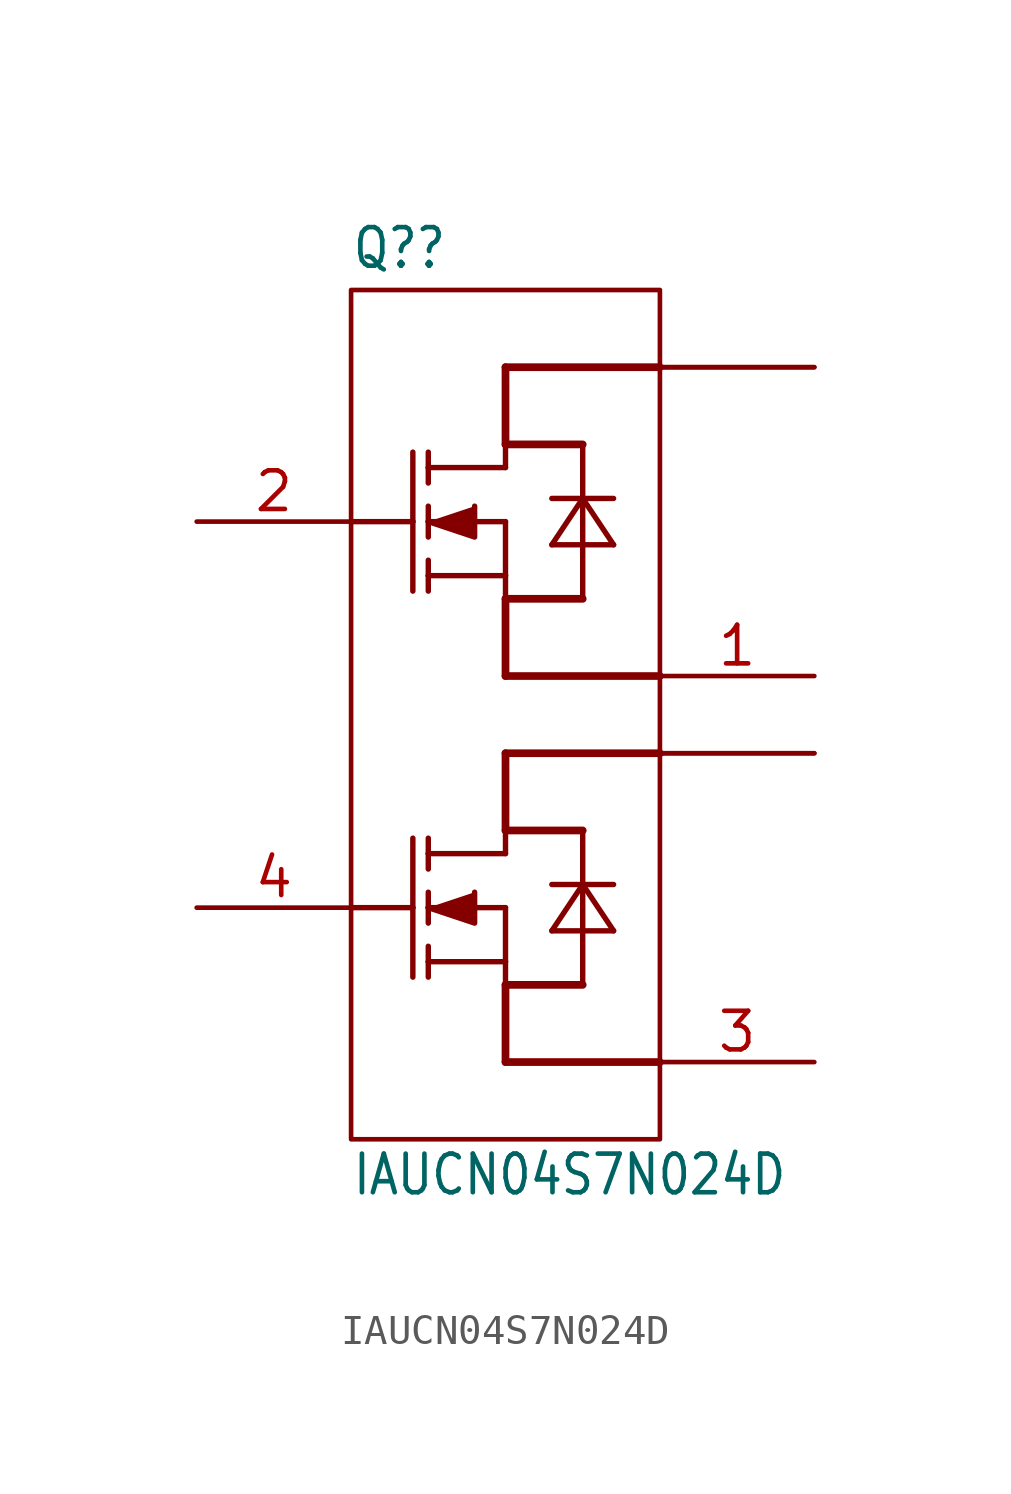
<source format=kicad_sym>
(kicad_symbol_lib
  (version 20231120)
  (generator "kicad_symbol_editor")
  (generator_version "8.0")
  (symbol "IAUCN04S7N024D"
    (property "Reference" "Q?"
      (at 0 0.635 0)
      (effects (font (size 1.27 1.079)) (justify left bottom)))
    (property "Value" "IAUCN04S7N024D "
      (at 0 -29.845 0)
      (effects (font (size 1.27 1.079)) (justify left bottom)))
    (symbol "IAUCN04S7N024D_0_1"
      (rectangle (start 0 0) (end 10.16 -27.94) (stroke (width 0) (type default)) (fill (type none))))
    (symbol "IAUCN04S7N024D_1_0"
      (polyline (pts (xy 2.032 -20.32) (xy 0 -20.32)) (stroke (width 0.178) (type solid)) (fill (type none)))
      (polyline (pts (xy 2.032 -20.32) (xy 2.032 -22.606)) (stroke (width 0.178) (type solid)) (fill (type none)))
      (polyline (pts (xy 2.032 -18.034) (xy 2.032 -20.32)) (stroke (width 0.178) (type solid)) (fill (type none)))
      (polyline (pts (xy 2.032 -7.62) (xy 0 -7.62)) (stroke (width 0.178) (type solid)) (fill (type none)))
      (polyline (pts (xy 2.032 -7.62) (xy 2.032 -9.906)) (stroke (width 0.178) (type solid)) (fill (type none)))
      (polyline (pts (xy 2.032 -5.334) (xy 2.032 -7.62)) (stroke (width 0.178) (type solid)) (fill (type none)))
      (polyline (pts (xy 2.54 -22.098) (xy 2.54 -22.606)) (stroke (width 0.178) (type solid)) (fill (type none)))
      (polyline (pts (xy 2.54 -22.098) (xy 5.08 -22.098)) (stroke (width 0.178) (type solid)) (fill (type none)))
      (polyline (pts (xy 2.54 -21.59) (xy 2.54 -22.098)) (stroke (width 0.178) (type solid)) (fill (type none)))
      (polyline (pts (xy 2.54 -20.32) (xy 2.54 -20.828)) (stroke (width 0.178) (type solid)) (fill (type none)))
      (polyline (pts (xy 2.54 -20.32) (xy 5.08 -20.32)) (stroke (width 0.178) (type solid)) (fill (type none)))
      (polyline (pts (xy 2.54 -19.812) (xy 2.54 -20.32)) (stroke (width 0.178) (type solid)) (fill (type none)))
      (polyline (pts (xy 2.54 -18.542) (xy 2.54 -19.05)) (stroke (width 0.178) (type solid)) (fill (type none)))
      (polyline (pts (xy 2.54 -18.542) (xy 5.08 -18.542)) (stroke (width 0.178) (type solid)) (fill (type none)))
      (polyline (pts (xy 2.54 -18.034) (xy 2.54 -18.542)) (stroke (width 0.178) (type solid)) (fill (type none)))
      (polyline (pts (xy 2.54 -9.398) (xy 2.54 -9.906)) (stroke (width 0.178) (type solid)) (fill (type none)))
      (polyline (pts (xy 2.54 -9.398) (xy 5.08 -9.398)) (stroke (width 0.178) (type solid)) (fill (type none)))
      (polyline (pts (xy 2.54 -8.89) (xy 2.54 -9.398)) (stroke (width 0.178) (type solid)) (fill (type none)))
      (polyline (pts (xy 2.54 -7.62) (xy 2.54 -8.128)) (stroke (width 0.178) (type solid)) (fill (type none)))
      (polyline (pts (xy 2.54 -7.62) (xy 5.08 -7.62)) (stroke (width 0.178) (type solid)) (fill (type none)))
      (polyline (pts (xy 2.54 -7.112) (xy 2.54 -7.62)) (stroke (width 0.178) (type solid)) (fill (type none)))
      (polyline (pts (xy 2.54 -5.842) (xy 2.54 -6.35)) (stroke (width 0.178) (type solid)) (fill (type none)))
      (polyline (pts (xy 2.54 -5.842) (xy 5.08 -5.842)) (stroke (width 0.178) (type solid)) (fill (type none)))
      (polyline (pts (xy 2.54 -5.334) (xy 2.54 -5.842)) (stroke (width 0.178) (type solid)) (fill (type none)))
      (polyline (pts (xy 5.08 -25.4) (xy 10.16 -25.4)) (stroke (width 0.254) (type solid)) (fill (type none)))
      (polyline (pts (xy 5.08 -22.86) (xy 5.08 -25.4)) (stroke (width 0.254) (type solid)) (fill (type none)))
      (polyline (pts (xy 5.08 -22.86) (xy 7.62 -22.86)) (stroke (width 0.254) (type solid)) (fill (type none)))
      (polyline (pts (xy 5.08 -22.098) (xy 5.08 -22.86)) (stroke (width 0.178) (type solid)) (fill (type none)))
      (polyline (pts (xy 5.08 -20.32) (xy 5.08 -22.098)) (stroke (width 0.178) (type solid)) (fill (type none)))
      (polyline (pts (xy 5.08 -18.542) (xy 5.08 -17.78)) (stroke (width 0.178) (type solid)) (fill (type none)))
      (polyline (pts (xy 5.08 -17.78) (xy 5.08 -15.24)) (stroke (width 0.254) (type solid)) (fill (type none)))
      (polyline (pts (xy 5.08 -17.78) (xy 7.62 -17.78)) (stroke (width 0.254) (type solid)) (fill (type none)))
      (polyline (pts (xy 5.08 -15.24) (xy 10.16 -15.24)) (stroke (width 0.254) (type solid)) (fill (type none)))
      (polyline (pts (xy 5.08 -12.7) (xy 10.16 -12.7)) (stroke (width 0.254) (type solid)) (fill (type none)))
      (polyline (pts (xy 5.08 -10.16) (xy 5.08 -12.7)) (stroke (width 0.254) (type solid)) (fill (type none)))
      (polyline (pts (xy 5.08 -10.16) (xy 7.62 -10.16)) (stroke (width 0.254) (type solid)) (fill (type none)))
      (polyline (pts (xy 5.08 -9.398) (xy 5.08 -10.16)) (stroke (width 0.178) (type solid)) (fill (type none)))
      (polyline (pts (xy 5.08 -7.62) (xy 5.08 -9.398)) (stroke (width 0.178) (type solid)) (fill (type none)))
      (polyline (pts (xy 5.08 -5.842) (xy 5.08 -5.08)) (stroke (width 0.178) (type solid)) (fill (type none)))
      (polyline (pts (xy 5.08 -5.08) (xy 5.08 -2.54)) (stroke (width 0.254) (type solid)) (fill (type none)))
      (polyline (pts (xy 5.08 -5.08) (xy 7.62 -5.08)) (stroke (width 0.254) (type solid)) (fill (type none)))
      (polyline (pts (xy 5.08 -2.54) (xy 10.16 -2.54)) (stroke (width 0.254) (type solid)) (fill (type none)))
      (polyline (pts (xy 6.604 -21.082) (xy 8.636 -21.082)) (stroke (width 0.178) (type solid)) (fill (type none)))
      (polyline (pts (xy 6.604 -19.558) (xy 7.62 -19.558)) (stroke (width 0.178) (type solid)) (fill (type none)))
      (polyline (pts (xy 6.604 -8.382) (xy 8.636 -8.382)) (stroke (width 0.178) (type solid)) (fill (type none)))
      (polyline (pts (xy 6.604 -6.858) (xy 7.62 -6.858)) (stroke (width 0.178) (type solid)) (fill (type none)))
      (polyline (pts (xy 7.62 -19.558) (xy 6.604 -21.082)) (stroke (width 0.178) (type solid)) (fill (type none)))
      (polyline (pts (xy 7.62 -19.558) (xy 7.62 -22.86)) (stroke (width 0.178) (type solid)) (fill (type none)))
      (polyline (pts (xy 7.62 -19.558) (xy 8.636 -19.558)) (stroke (width 0.178) (type solid)) (fill (type none)))
      (polyline (pts (xy 7.62 -17.78) (xy 7.62 -19.558)) (stroke (width 0.178) (type solid)) (fill (type none)))
      (polyline (pts (xy 7.62 -6.858) (xy 6.604 -8.382)) (stroke (width 0.178) (type solid)) (fill (type none)))
      (polyline (pts (xy 7.62 -6.858) (xy 7.62 -10.16)) (stroke (width 0.178) (type solid)) (fill (type none)))
      (polyline (pts (xy 7.62 -6.858) (xy 8.636 -6.858)) (stroke (width 0.178) (type solid)) (fill (type none)))
      (polyline (pts (xy 7.62 -5.08) (xy 7.62 -6.858)) (stroke (width 0.178) (type solid)) (fill (type none)))
      (polyline (pts (xy 8.636 -21.082) (xy 7.62 -19.558)) (stroke (width 0.178) (type solid)) (fill (type none)))
      (polyline (pts (xy 8.636 -8.382) (xy 7.62 -6.858)) (stroke (width 0.178) (type solid)) (fill (type none)))
      (polyline (pts (xy 2.54 -20.32) (xy 4.064 -20.828) (xy 4.064 -19.812)) (stroke (width 0.178) (type solid)) (fill (type outline)))
      (polyline (pts (xy 2.54 -7.62) (xy 4.064 -8.128) (xy 4.064 -7.112)) (stroke (width 0.178) (type solid)) (fill (type outline)))
      (pin passive line (at 15.24 -12.7 180) (length 5.08) (name "SOURCE1" (effects (font (size 0 0)))) (number "1" (effects (font (size 1.27 1.27)))))
      (pin passive line (at -5.08 -7.62 0) (length 5.08) (name "GATE1" (effects (font (size 0 0)))) (number "2" (effects (font (size 1.27 1.27)))))
      (pin passive line (at 15.24 -25.4 180) (length 5.08) (name "SOURCE2" (effects (font (size 0 0)))) (number "3" (effects (font (size 1.27 1.27)))))
      (pin passive line (at -5.08 -20.32 0) (length 5.08) (name "GATE2" (effects (font (size 0 0)))) (number "4" (effects (font (size 1.27 1.27)))))
      (pin passive line (at 15.24 -15.24 180) (length 5.08) (name "DRAIN2@1" (effects (font (size 0 0)))) (number "5" (effects (font (size 0 0)))))
      (pin passive line (at 15.24 -15.24 180) (length 5.08) (name "DRAIN2@2" (effects (font (size 0 0)))) (number "6" (effects (font (size 0 0)))))
      (pin passive line (at 15.24 -2.54 180) (length 5.08) (name "DRAIN1@1" (effects (font (size 0 0)))) (number "7" (effects (font (size 0 0)))))
      (pin passive line (at 15.24 -2.54 180) (length 5.08) (name "DRAIN1@2" (effects (font (size 0 0)))) (number "8" (effects (font (size 0 0))))))))
</source>
